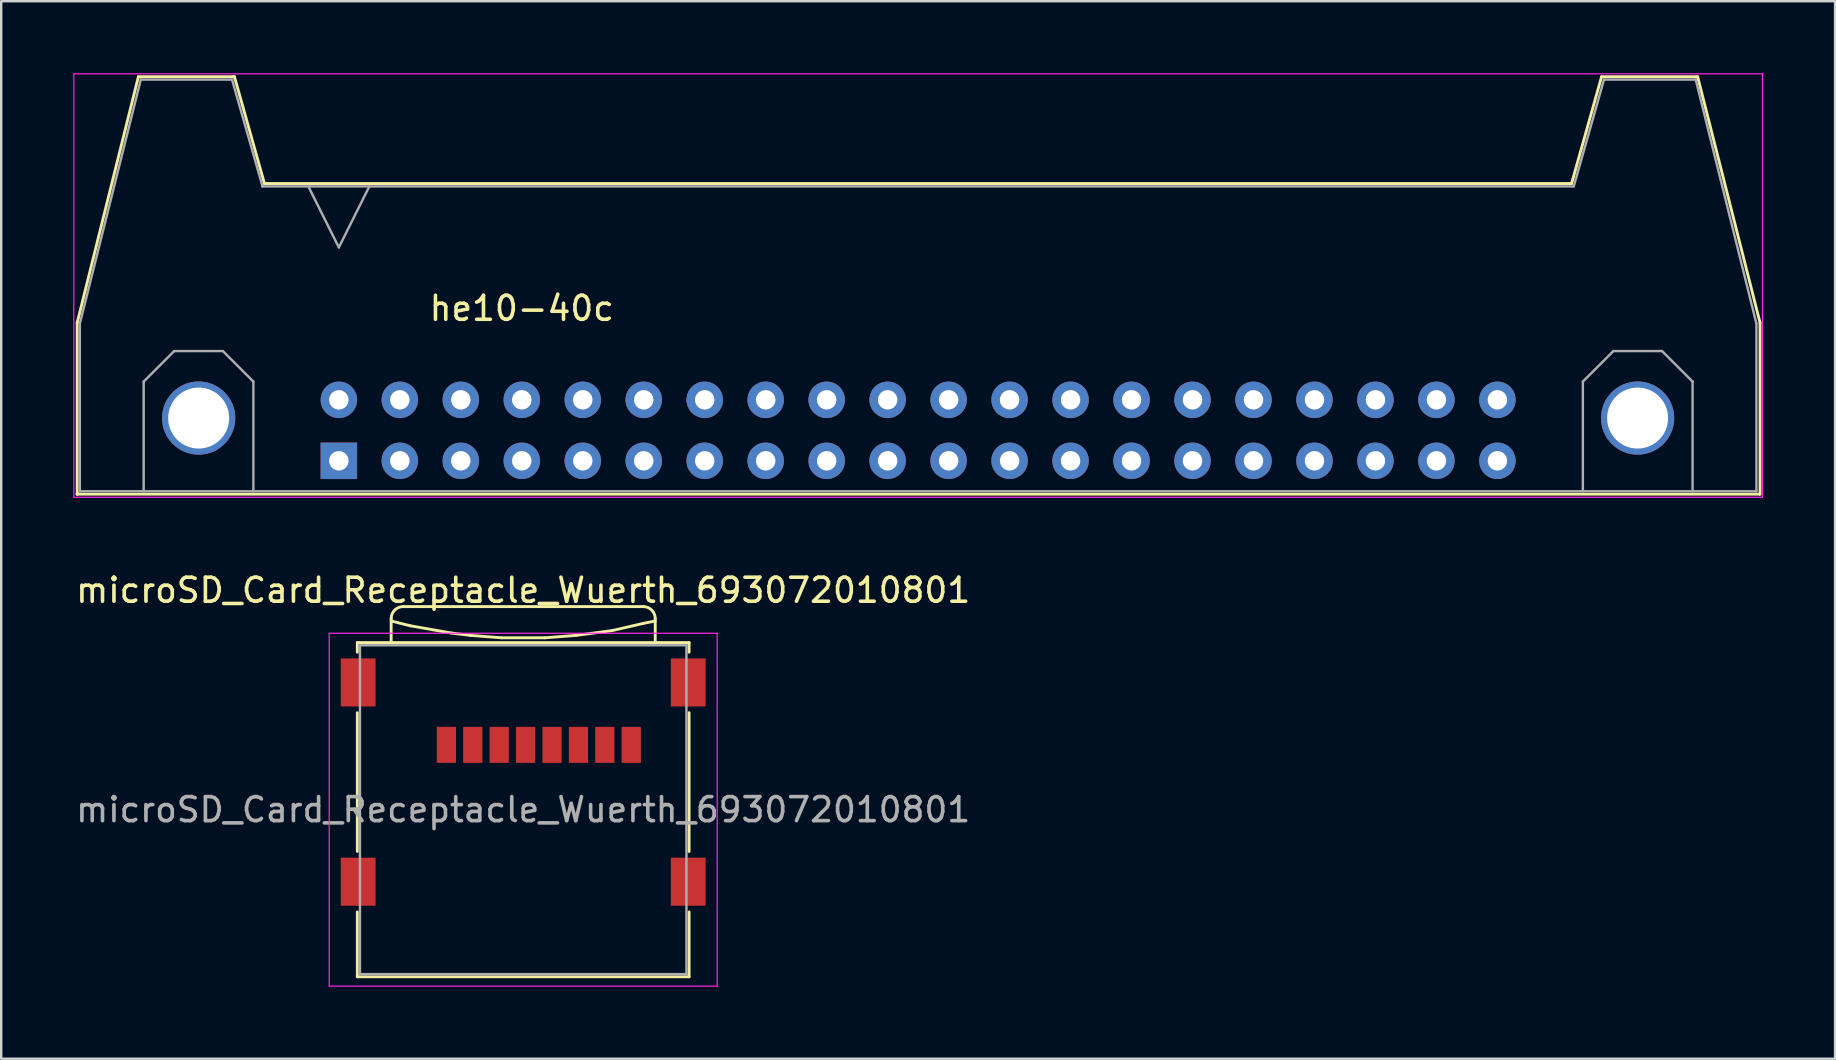
<source format=kicad_pcb>
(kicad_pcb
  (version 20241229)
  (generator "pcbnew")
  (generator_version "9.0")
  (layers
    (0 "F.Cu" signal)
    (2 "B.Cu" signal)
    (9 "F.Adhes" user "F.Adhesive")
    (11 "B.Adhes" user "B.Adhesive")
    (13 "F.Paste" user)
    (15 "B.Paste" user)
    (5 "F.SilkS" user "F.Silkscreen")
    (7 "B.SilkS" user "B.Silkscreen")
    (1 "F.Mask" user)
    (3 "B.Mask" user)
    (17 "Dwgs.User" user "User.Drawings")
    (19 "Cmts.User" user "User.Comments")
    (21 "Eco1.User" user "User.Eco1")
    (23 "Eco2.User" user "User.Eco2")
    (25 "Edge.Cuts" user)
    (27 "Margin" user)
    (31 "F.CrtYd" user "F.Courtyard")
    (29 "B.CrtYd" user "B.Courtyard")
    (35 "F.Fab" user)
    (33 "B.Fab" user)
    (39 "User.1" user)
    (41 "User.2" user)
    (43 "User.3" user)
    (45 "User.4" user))
  (footprint "microSD_Card_Receptacle_Wuerth_693072010801"
    (layer "F.Cu")
    (at 18.744 30.678)
    (property "Reference" "microSD_Card_Receptacle_Wuerth_693072010801" (at 0 -9.14 0) (layer "F.SilkS") (effects (font (size 1 1) (thickness 0.15))))
    (attr smd)
    (fp_line (start -6.91 -6.96) (end -6.91 -6.56) (stroke (width 0.12) (type solid)) (layer "F.SilkS"))
    (fp_line (start -6.91 -6.96) (end 6.91 -6.96) (stroke (width 0.12) (type solid)) (layer "F.SilkS"))
    (fp_line (start -6.91 -4.04) (end -6.91 1.74) (stroke (width 0.12) (type solid)) (layer "F.SilkS"))
    (fp_line (start -6.91 4.26) (end -6.91 6.96) (stroke (width 0.12) (type solid)) (layer "F.SilkS"))
    (fp_line (start -5.5 -7.86) (end -4.7 -7.66) (stroke (width 0.12) (type solid)) (layer "F.SilkS"))
    (fp_line (start -5.5 -6.96) (end -5.5 -7.96) (stroke (width 0.12) (type solid)) (layer "F.SilkS"))
    (fp_line (start -5 -8.46) (end 5 -8.46) (stroke (width 0.12) (type solid)) (layer "F.SilkS"))
    (fp_line (start -4.7 -7.66) (end -3 -7.36) (stroke (width 0.12) (type solid)) (layer "F.SilkS"))
    (fp_line (start -3 -7.36) (end -2.2 -7.26) (stroke (width 0.12) (type solid)) (layer "F.SilkS"))
    (fp_line (start -2.2 -7.26) (end -0.9 -7.16) (stroke (width 0.12) (type solid)) (layer "F.SilkS"))
    (fp_line (start -0.9 -7.16) (end 0.9 -7.16) (stroke (width 0.12) (type solid)) (layer "F.SilkS"))
    (fp_line (start 0.9 -7.16) (end 2.2 -7.26) (stroke (width 0.12) (type solid)) (layer "F.SilkS"))
    (fp_line (start 2.2 -7.26) (end 3.7 -7.46) (stroke (width 0.12) (type solid)) (layer "F.SilkS"))
    (fp_line (start 3.7 -7.46) (end 5 -7.76) (stroke (width 0.12) (type solid)) (layer "F.SilkS"))
    (fp_line (start 5 -7.76) (end 5.5 -7.86) (stroke (width 0.12) (type solid)) (layer "F.SilkS"))
    (fp_line (start 5.5 -6.96) (end 5.5 -7.96) (stroke (width 0.12) (type solid)) (layer "F.SilkS"))
    (fp_line (start 6.91 -6.96) (end 6.91 -6.56) (stroke (width 0.12) (type solid)) (layer "F.SilkS"))
    (fp_line (start 6.91 -4.04) (end 6.91 1.74) (stroke (width 0.12) (type solid)) (layer "F.SilkS"))
    (fp_line (start 6.91 4.26) (end 6.91 6.96) (stroke (width 0.12) (type solid)) (layer "F.SilkS"))
    (fp_line (start 6.91 6.96) (end -6.91 6.96) (stroke (width 0.12) (type solid)) (layer "F.SilkS"))
    (fp_arc (start -5.5 -7.96) (mid -5.353553 -8.313553) (end -5 -8.46) (stroke (width 0.12) (type solid)) (layer "F.SilkS"))
    (fp_arc (start 5 -8.46) (mid 5.353553 -8.313553) (end 5.5 -7.96) (stroke (width 0.12) (type solid)) (layer "F.SilkS"))
    (fp_line (start -8.08 -7.35) (end -8.08 7.35) (stroke (width 0.05) (type solid)) (layer "F.CrtYd"))
    (fp_line (start 8.08 -7.35) (end -8.08 -7.35) (stroke (width 0.05) (type solid)) (layer "F.CrtYd"))
    (fp_line (start 8.08 -7.35) (end 8.08 7.35) (stroke (width 0.05) (type solid)) (layer "F.CrtYd"))
    (fp_line (start 8.08 7.35) (end -8.08 7.35) (stroke (width 0.05) (type solid)) (layer "F.CrtYd"))
    (fp_line (start -6.8 -6.85) (end -6.8 6.85) (stroke (width 0.1) (type solid)) (layer "F.Fab"))
    (fp_line (start -6.8 6.85) (end 6.8 6.85) (stroke (width 0.1) (type solid)) (layer "F.Fab"))
    (fp_line (start 6.8 -6.85) (end -6.8 -6.85) (stroke (width 0.1) (type solid)) (layer "F.Fab"))
    (fp_line (start 6.8 6.85) (end 6.8 -6.85) (stroke (width 0.1) (type solid)) (layer "F.Fab"))
    (fp_text user "${REFERENCE}" (at 0 0 0) (layer "F.Fab") (effects (font (size 1 1) (thickness 0.15))))
    (pad "1" smd rect (at -3.2 -2.7) (size 0.8 1.5) (layers "F.Cu" "F.Mask" "F.Paste"))
    (pad "2" smd rect (at -2.1 -2.7) (size 0.8 1.5) (layers "F.Cu" "F.Mask" "F.Paste"))
    (pad "3" smd rect (at -1 -2.7) (size 0.8 1.5) (layers "F.Cu" "F.Mask" "F.Paste"))
    (pad "4" smd rect (at 0.1 -2.7) (size 0.8 1.5) (layers "F.Cu" "F.Mask" "F.Paste"))
    (pad "5" smd rect (at 1.2 -2.7) (size 0.8 1.5) (layers "F.Cu" "F.Mask" "F.Paste"))
    (pad "6" smd rect (at 2.3 -2.7) (size 0.8 1.5) (layers "F.Cu" "F.Mask" "F.Paste"))
    (pad "7" smd rect (at 3.4 -2.7) (size 0.8 1.5) (layers "F.Cu" "F.Mask" "F.Paste"))
    (pad "8" smd rect (at 4.5 -2.7) (size 0.8 1.5) (layers "F.Cu" "F.Mask" "F.Paste"))
    (pad "9" smd rect (at -6.875 -5.3) (size 1.45 2) (layers "F.Cu" "F.Mask" "F.Paste"))
    (pad "9" smd rect (at -6.875 3) (size 1.45 2) (layers "F.Cu" "F.Mask" "F.Paste"))
    (pad "9" smd rect (at 6.875 -5.3) (size 1.45 2) (layers "F.Cu" "F.Mask" "F.Paste"))
    (pad "9" smd rect (at 6.875 3) (size 1.45 2) (layers "F.Cu" "F.Mask" "F.Paste")))
  (footprint "he10-40c"
    (layer "F.Cu")
    (at 11.065 16.145)
    (property "Reference" "he10-40c" (at 7.62 -6.35 0) (layer "F.SilkS") (effects (font (size 1 1) (thickness 0.15))))
    (attr through_hole)
    (fp_line (start -10.9 -5.75) (end -8.35 -16) (stroke (width 0.12) (type solid)) (layer "F.SilkS"))
    (fp_line (start -10.9 1.4) (end -10.9 -5.75) (stroke (width 0.12) (type solid)) (layer "F.SilkS"))
    (fp_line (start -8.35 -16) (end -4.4 -16) (stroke (width 0.12) (type solid)) (layer "F.SilkS"))
    (fp_line (start -4.4 -16) (end -4.35 -16) (stroke (width 0.12) (type solid)) (layer "F.SilkS"))
    (fp_line (start -4.35 -16) (end -3.1 -11.55) (stroke (width 0.12) (type solid)) (layer "F.SilkS"))
    (fp_line (start -3.1 -11.55) (end 51.35 -11.55) (stroke (width 0.12) (type solid)) (layer "F.SilkS"))
    (fp_line (start 51.35 -11.55) (end 52.6 -16) (stroke (width 0.12) (type solid)) (layer "F.SilkS"))
    (fp_line (start 52.6 -16) (end 56.6 -16) (stroke (width 0.12) (type solid)) (layer "F.SilkS"))
    (fp_line (start 56.6 -16) (end 59.2 -5.75) (stroke (width 0.12) (type solid)) (layer "F.SilkS"))
    (fp_line (start 59.17 1.39) (end -10.91 1.39) (stroke (width 0.12) (type solid)) (layer "F.SilkS"))
    (fp_line (start 59.2 1.4) (end 59.2 -5.75) (stroke (width 0.12) (type solid)) (layer "F.SilkS"))
    (fp_line (start -11.04 -16.12) (end -11.04 1.52) (stroke (width 0.05) (type solid)) (layer "F.CrtYd"))
    (fp_line (start -11.04 -16.12) (end 59.3 -16.12) (stroke (width 0.05) (type solid)) (layer "F.CrtYd"))
    (fp_line (start 59.3 1.52) (end -11.04 1.52) (stroke (width 0.05) (type solid)) (layer "F.CrtYd"))
    (fp_line (start 59.3 1.52) (end 59.3 -16.12) (stroke (width 0.05) (type solid)) (layer "F.CrtYd"))
    (fp_line (start -10.79 -5.71) (end -10.79 1.27) (stroke (width 0.1) (type solid)) (layer "F.Fab"))
    (fp_line (start -10.79 1.27) (end 59.05 1.27) (stroke (width 0.1) (type solid)) (layer "F.Fab"))
    (fp_line (start -8.25 -15.88) (end -10.79 -5.71) (stroke (width 0.1) (type solid)) (layer "F.Fab"))
    (fp_line (start -8.25 -15.88) (end -4.45 -15.88) (stroke (width 0.1) (type solid)) (layer "F.Fab"))
    (fp_line (start -8.13 -3.3) (end -6.86 -4.57) (stroke (width 0.1) (type solid)) (layer "F.Fab"))
    (fp_line (start -8.13 1.27) (end -8.13 -3.3) (stroke (width 0.1) (type solid)) (layer "F.Fab"))
    (fp_line (start -6.86 -4.57) (end -4.83 -4.57) (stroke (width 0.1) (type solid)) (layer "F.Fab"))
    (fp_line (start -4.83 -4.57) (end -3.56 -3.3) (stroke (width 0.1) (type solid)) (layer "F.Fab"))
    (fp_line (start -4.45 -15.88) (end -3.18 -11.43) (stroke (width 0.1) (type solid)) (layer "F.Fab"))
    (fp_line (start -3.56 -3.3) (end -3.56 1.27) (stroke (width 0.1) (type solid)) (layer "F.Fab"))
    (fp_line (start -1.27 -11.43) (end 0 -8.89) (stroke (width 0.1) (type solid)) (layer "F.Fab"))
    (fp_line (start 0 -8.89) (end 1.27 -11.43) (stroke (width 0.1) (type solid)) (layer "F.Fab"))
    (fp_line (start 51.44 -11.43) (end -3.18 -11.43) (stroke (width 0.1) (type solid)) (layer "F.Fab"))
    (fp_line (start 51.82 -3.3) (end 53.09 -4.57) (stroke (width 0.1) (type solid)) (layer "F.Fab"))
    (fp_line (start 51.82 1.27) (end 51.82 -3.3) (stroke (width 0.1) (type solid)) (layer "F.Fab"))
    (fp_line (start 52.7 -15.88) (end 51.44 -11.43) (stroke (width 0.1) (type solid)) (layer "F.Fab"))
    (fp_line (start 53.09 -4.57) (end 55.12 -4.57) (stroke (width 0.1) (type solid)) (layer "F.Fab"))
    (fp_line (start 55.12 -4.57) (end 56.39 -3.3) (stroke (width 0.1) (type solid)) (layer "F.Fab"))
    (fp_line (start 56.39 -3.3) (end 56.39 1.27) (stroke (width 0.1) (type solid)) (layer "F.Fab"))
    (fp_line (start 56.52 -15.88) (end 52.7 -15.88) (stroke (width 0.1) (type solid)) (layer "F.Fab"))
    (fp_line (start 59.05 -5.71) (end 56.52 -15.88) (stroke (width 0.1) (type solid)) (layer "F.Fab"))
    (fp_line (start 59.05 1.27) (end 59.05 -5.71) (stroke (width 0.1) (type solid)) (layer "F.Fab"))
    (pad "0" thru_hole circle (at -5.84 -1.78) (size 3.05 3.05) (drill 2.54) (layers "*.Cu" "*.Mask"))
    (pad "0" thru_hole circle (at 54.1 -1.78) (size 3.05 3.05) (drill 2.54) (layers "*.Cu" "*.Mask"))
    (pad "1" thru_hole rect (at 0 0) (size 1.52 1.52) (drill 0.81) (layers "*.Cu" "*.Mask"))
    (pad "2" thru_hole circle (at 0 -2.54) (size 1.52 1.52) (drill 0.81) (layers "*.Cu" "*.Mask"))
    (pad "3" thru_hole circle (at 2.54 0) (size 1.52 1.52) (drill 0.81) (layers "*.Cu" "*.Mask"))
    (pad "4" thru_hole circle (at 2.54 -2.54) (size 1.52 1.52) (drill 0.81) (layers "*.Cu" "*.Mask"))
    (pad "5" thru_hole circle (at 5.08 0) (size 1.52 1.52) (drill 0.81) (layers "*.Cu" "*.Mask"))
    (pad "6" thru_hole circle (at 5.08 -2.54) (size 1.52 1.52) (drill 0.81) (layers "*.Cu" "*.Mask"))
    (pad "7" thru_hole circle (at 7.62 0) (size 1.52 1.52) (drill 0.81) (layers "*.Cu" "*.Mask"))
    (pad "8" thru_hole circle (at 7.62 -2.54) (size 1.52 1.52) (drill 0.81) (layers "*.Cu" "*.Mask"))
    (pad "9" thru_hole circle (at 10.16 0) (size 1.52 1.52) (drill 0.81) (layers "*.Cu" "*.Mask"))
    (pad "10" thru_hole circle (at 10.16 -2.54) (size 1.52 1.52) (drill 0.81) (layers "*.Cu" "*.Mask"))
    (pad "11" thru_hole circle (at 12.7 0) (size 1.52 1.52) (drill 0.81) (layers "*.Cu" "*.Mask"))
    (pad "12" thru_hole circle (at 12.7 -2.54) (size 1.52 1.52) (drill 0.81) (layers "*.Cu" "*.Mask"))
    (pad "13" thru_hole circle (at 15.24 0) (size 1.52 1.52) (drill 0.81) (layers "*.Cu" "*.Mask"))
    (pad "14" thru_hole circle (at 15.24 -2.54) (size 1.52 1.52) (drill 0.81) (layers "*.Cu" "*.Mask"))
    (pad "15" thru_hole circle (at 17.78 0) (size 1.52 1.52) (drill 0.81) (layers "*.Cu" "*.Mask"))
    (pad "16" thru_hole circle (at 17.78 -2.54) (size 1.52 1.52) (drill 0.81) (layers "*.Cu" "*.Mask"))
    (pad "17" thru_hole circle (at 20.32 0) (size 1.52 1.52) (drill 0.81) (layers "*.Cu" "*.Mask"))
    (pad "18" thru_hole circle (at 20.32 -2.54) (size 1.52 1.52) (drill 0.81) (layers "*.Cu" "*.Mask"))
    (pad "19" thru_hole circle (at 22.86 0) (size 1.52 1.52) (drill 0.81) (layers "*.Cu" "*.Mask"))
    (pad "20" thru_hole circle (at 22.86 -2.54) (size 1.52 1.52) (drill 0.81) (layers "*.Cu" "*.Mask"))
    (pad "21" thru_hole circle (at 25.4 0) (size 1.52 1.52) (drill 0.81) (layers "*.Cu" "*.Mask"))
    (pad "22" thru_hole circle (at 25.4 -2.54) (size 1.52 1.52) (drill 0.81) (layers "*.Cu" "*.Mask"))
    (pad "23" thru_hole circle (at 27.94 0) (size 1.52 1.52) (drill 0.81) (layers "*.Cu" "*.Mask"))
    (pad "24" thru_hole circle (at 27.94 -2.54) (size 1.52 1.52) (drill 0.81) (layers "*.Cu" "*.Mask"))
    (pad "25" thru_hole circle (at 30.48 0) (size 1.52 1.52) (drill 0.81) (layers "*.Cu" "*.Mask"))
    (pad "26" thru_hole circle (at 30.48 -2.54) (size 1.52 1.52) (drill 0.81) (layers "*.Cu" "*.Mask"))
    (pad "27" thru_hole circle (at 33.02 0) (size 1.52 1.52) (drill 0.81) (layers "*.Cu" "*.Mask"))
    (pad "28" thru_hole circle (at 33.02 -2.54) (size 1.52 1.52) (drill 0.81) (layers "*.Cu" "*.Mask"))
    (pad "29" thru_hole circle (at 35.56 0) (size 1.52 1.52) (drill 0.81) (layers "*.Cu" "*.Mask"))
    (pad "30" thru_hole circle (at 35.56 -2.54) (size 1.52 1.52) (drill 0.81) (layers "*.Cu" "*.Mask"))
    (pad "31" thru_hole circle (at 38.1 0) (size 1.52 1.52) (drill 0.81) (layers "*.Cu" "*.Mask"))
    (pad "32" thru_hole circle (at 38.1 -2.54) (size 1.52 1.52) (drill 0.81) (layers "*.Cu" "*.Mask"))
    (pad "33" thru_hole circle (at 40.64 0) (size 1.52 1.52) (drill 0.81) (layers "*.Cu" "*.Mask"))
    (pad "34" thru_hole circle (at 40.64 -2.54) (size 1.52 1.52) (drill 0.81) (layers "*.Cu" "*.Mask"))
    (pad "35" thru_hole circle (at 43.18 0) (size 1.52 1.52) (drill 0.81) (layers "*.Cu" "*.Mask"))
    (pad "36" thru_hole circle (at 43.18 -2.54) (size 1.52 1.52) (drill 0.81) (layers "*.Cu" "*.Mask"))
    (pad "37" thru_hole circle (at 45.72 0) (size 1.52 1.52) (drill 0.81) (layers "*.Cu" "*.Mask"))
    (pad "38" thru_hole circle (at 45.72 -2.54) (size 1.52 1.52) (drill 0.81) (layers "*.Cu" "*.Mask"))
    (pad "39" thru_hole circle (at 48.26 0) (size 1.52 1.52) (drill 0.81) (layers "*.Cu" "*.Mask"))
    (pad "40" thru_hole circle (at 48.26 -2.54) (size 1.52 1.52) (drill 0.81) (layers "*.Cu" "*.Mask")))
  (gr_rect
    (start -3 -3)
    (end 73.39 41.053)
    (stroke (width 0.1) (type default))
    (fill no)
    (layer "Edge.Cuts")))
</source>
